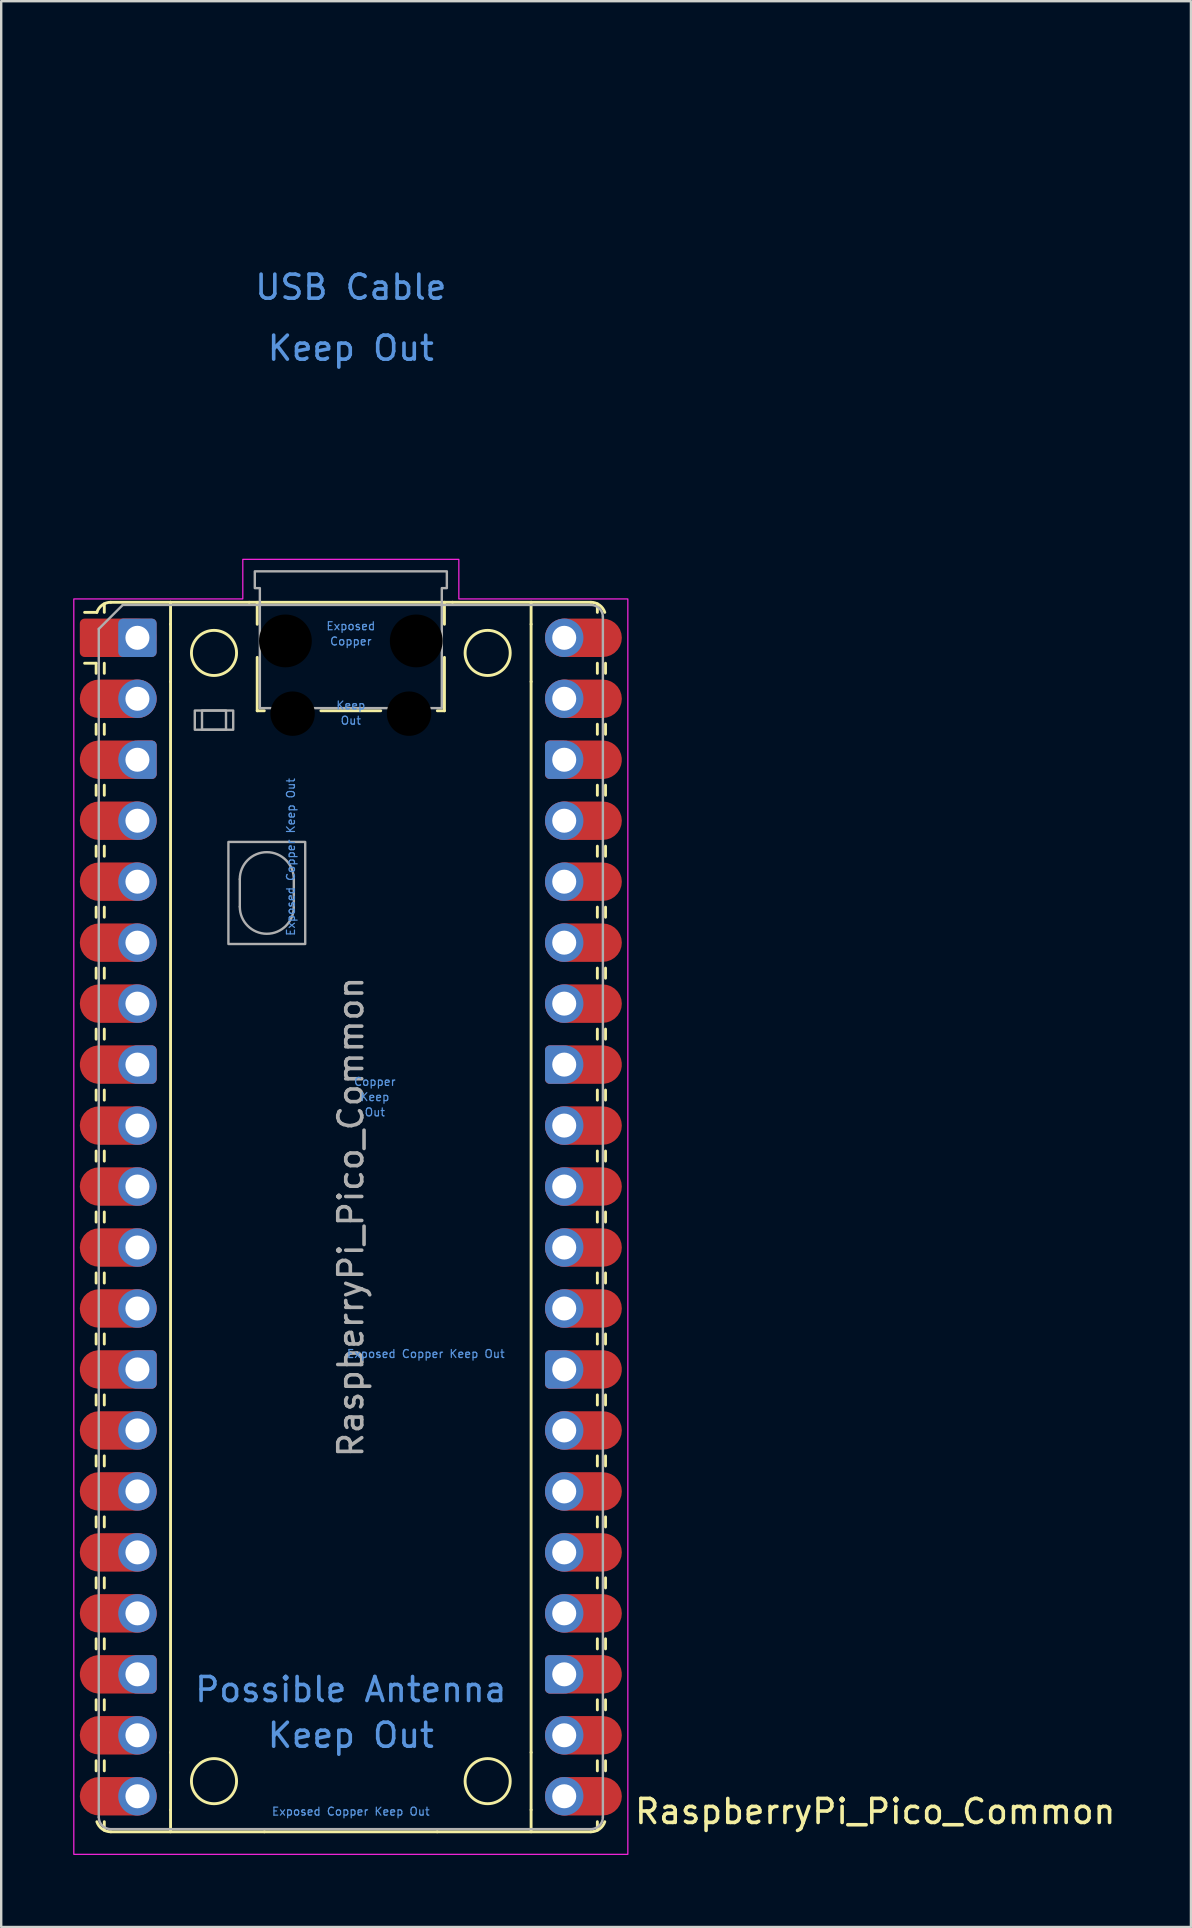
<source format=kicad_pcb>
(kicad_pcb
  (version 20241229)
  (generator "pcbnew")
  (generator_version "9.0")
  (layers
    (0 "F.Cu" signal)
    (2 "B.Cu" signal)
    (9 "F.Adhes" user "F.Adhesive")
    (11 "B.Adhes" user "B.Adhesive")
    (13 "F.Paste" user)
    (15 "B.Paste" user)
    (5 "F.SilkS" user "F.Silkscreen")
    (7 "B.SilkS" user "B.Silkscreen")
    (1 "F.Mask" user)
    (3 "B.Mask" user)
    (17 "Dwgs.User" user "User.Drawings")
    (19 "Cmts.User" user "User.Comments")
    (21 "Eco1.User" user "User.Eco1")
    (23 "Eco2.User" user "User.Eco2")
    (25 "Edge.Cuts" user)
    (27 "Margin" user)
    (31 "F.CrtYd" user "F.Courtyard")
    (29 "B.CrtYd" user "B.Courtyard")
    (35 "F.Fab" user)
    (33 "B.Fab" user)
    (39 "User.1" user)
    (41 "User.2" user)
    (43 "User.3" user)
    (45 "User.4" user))
  (footprint "RaspberryPi_Pico_Common"
    (layer "F.Cu")
    (at 11.565 47.65)
    (property "Reference" "RaspberryPi_Pico_Common" (at 11.748 24.765 0) (unlocked yes) (layer "F.SilkS") (effects (font (size 1 1) (thickness 0.15)) (justify left)))
    (attr through_hole)
    (fp_line (start -10.61 -23.07) (end -11.09 -23.07) (stroke (width 0.12) (type solid)) (layer "F.SilkS"))
    (fp_line (start -10.61 -23.07) (end -10.61 -22.65) (stroke (width 0.12) (type solid)) (layer "F.SilkS"))
    (fp_line (start -10.61 -20.53) (end -10.61 -20.11) (stroke (width 0.12) (type solid)) (layer "F.SilkS"))
    (fp_line (start -10.61 -17.99) (end -10.61 -17.57) (stroke (width 0.12) (type solid)) (layer "F.SilkS"))
    (fp_line (start -10.61 -15.45) (end -10.61 -15.03) (stroke (width 0.12) (type solid)) (layer "F.SilkS"))
    (fp_line (start -10.61 -12.91) (end -10.61 -12.49) (stroke (width 0.12) (type solid)) (layer "F.SilkS"))
    (fp_line (start -10.61 -10.37) (end -10.61 -9.95) (stroke (width 0.12) (type solid)) (layer "F.SilkS"))
    (fp_line (start -10.61 -7.83) (end -10.61 -7.41) (stroke (width 0.12) (type solid)) (layer "F.SilkS"))
    (fp_line (start -10.61 -5.29) (end -10.61 -4.87) (stroke (width 0.12) (type solid)) (layer "F.SilkS"))
    (fp_line (start -10.61 -2.75) (end -10.61 -2.33) (stroke (width 0.12) (type solid)) (layer "F.SilkS"))
    (fp_line (start -10.61 -0.21) (end -10.61 0.21) (stroke (width 0.12) (type solid)) (layer "F.SilkS"))
    (fp_line (start -10.61 2.33) (end -10.61 2.75) (stroke (width 0.12) (type solid)) (layer "F.SilkS"))
    (fp_line (start -10.61 4.87) (end -10.61 5.29) (stroke (width 0.12) (type solid)) (layer "F.SilkS"))
    (fp_line (start -10.61 7.41) (end -10.61 7.83) (stroke (width 0.12) (type solid)) (layer "F.SilkS"))
    (fp_line (start -10.61 9.95) (end -10.61 10.37) (stroke (width 0.12) (type solid)) (layer "F.SilkS"))
    (fp_line (start -10.61 12.49) (end -10.61 12.91) (stroke (width 0.12) (type solid)) (layer "F.SilkS"))
    (fp_line (start -10.61 15.03) (end -10.61 15.45) (stroke (width 0.12) (type solid)) (layer "F.SilkS"))
    (fp_line (start -10.61 17.57) (end -10.61 17.99) (stroke (width 0.12) (type solid)) (layer "F.SilkS"))
    (fp_line (start -10.61 20.11) (end -10.61 20.53) (stroke (width 0.12) (type solid)) (layer "F.SilkS"))
    (fp_line (start -10.61 22.65) (end -10.61 23.07) (stroke (width 0.12) (type solid)) (layer "F.SilkS"))
    (fp_line (start -10.58 -25.19) (end -11.09 -25.19) (stroke (width 0.12) (type solid)) (layer "F.SilkS"))
    (fp_line (start -10.27 -25.19) (end -10.27 -25.547) (stroke (width 0.12) (type solid)) (layer "F.SilkS"))
    (fp_line (start -10.27 -23.07) (end -10.27 -22.65) (stroke (width 0.12) (type solid)) (layer "F.SilkS"))
    (fp_line (start -10.27 -20.53) (end -10.27 -20.11) (stroke (width 0.12) (type solid)) (layer "F.SilkS"))
    (fp_line (start -10.27 -17.99) (end -10.27 -17.57) (stroke (width 0.12) (type solid)) (layer "F.SilkS"))
    (fp_line (start -10.27 -15.45) (end -10.27 -15.03) (stroke (width 0.12) (type solid)) (layer "F.SilkS"))
    (fp_line (start -10.27 -12.91) (end -10.27 -12.49) (stroke (width 0.12) (type solid)) (layer "F.SilkS"))
    (fp_line (start -10.27 -10.37) (end -10.27 -9.95) (stroke (width 0.12) (type solid)) (layer "F.SilkS"))
    (fp_line (start -10.27 -7.83) (end -10.27 -7.41) (stroke (width 0.12) (type solid)) (layer "F.SilkS"))
    (fp_line (start -10.27 -5.29) (end -10.27 -4.87) (stroke (width 0.12) (type solid)) (layer "F.SilkS"))
    (fp_line (start -10.27 -2.75) (end -10.27 -2.33) (stroke (width 0.12) (type solid)) (layer "F.SilkS"))
    (fp_line (start -10.27 -0.21) (end -10.27 0.21) (stroke (width 0.12) (type solid)) (layer "F.SilkS"))
    (fp_line (start -10.27 2.33) (end -10.27 2.75) (stroke (width 0.12) (type solid)) (layer "F.SilkS"))
    (fp_line (start -10.27 4.87) (end -10.27 5.29) (stroke (width 0.12) (type solid)) (layer "F.SilkS"))
    (fp_line (start -10.27 7.41) (end -10.27 7.83) (stroke (width 0.12) (type solid)) (layer "F.SilkS"))
    (fp_line (start -10.27 9.95) (end -10.27 10.37) (stroke (width 0.12) (type solid)) (layer "F.SilkS"))
    (fp_line (start -10.27 12.49) (end -10.27 12.91) (stroke (width 0.12) (type solid)) (layer "F.SilkS"))
    (fp_line (start -10.27 15.03) (end -10.27 15.45) (stroke (width 0.12) (type solid)) (layer "F.SilkS"))
    (fp_line (start -10.27 17.57) (end -10.27 17.99) (stroke (width 0.12) (type solid)) (layer "F.SilkS"))
    (fp_line (start -10.27 20.11) (end -10.27 20.53) (stroke (width 0.12) (type solid)) (layer "F.SilkS"))
    (fp_line (start -10.27 22.65) (end -10.27 23.07) (stroke (width 0.12) (type solid)) (layer "F.SilkS"))
    (fp_line (start -10.27 25.19) (end -10.27 25.547) (stroke (width 0.12) (type solid)) (layer "F.SilkS"))
    (fp_line (start -10 -25.61) (end -7.51 -25.61) (stroke (width 0.12) (type solid)) (layer "F.SilkS"))
    (fp_line (start -10 25.61) (end -3.6 25.61) (stroke (width 0.12) (type solid)) (layer "F.SilkS"))
    (fp_line (start -7.51 -25.61) (end -7.51 -24.696) (stroke (width 0.12) (type solid)) (layer "F.SilkS"))
    (fp_line (start -7.51 -25.61) (end -4.235 -25.61) (stroke (width 0.12) (type solid)) (layer "F.SilkS"))
    (fp_line (start -7.51 -24.696) (end -7.51 -22.304) (stroke (width 0.12) (type solid)) (layer "F.SilkS"))
    (fp_line (start -7.51 -22.304) (end -7.51 22.304) (stroke (width 0.12) (type solid)) (layer "F.SilkS"))
    (fp_line (start -7.51 22.304) (end -7.51 24.696) (stroke (width 0.12) (type solid)) (layer "F.SilkS"))
    (fp_line (start -7.51 24.696) (end -7.51 25.61) (stroke (width 0.12) (type solid)) (layer "F.SilkS"))
    (fp_line (start -4.235 -25.61) (end 4.235 -25.61) (stroke (width 0.12) (type solid)) (layer "F.SilkS"))
    (fp_line (start -3.9 -25.61) (end -3.9 -24.694) (stroke (width 0.12) (type solid)) (layer "F.SilkS"))
    (fp_line (start -3.9 -23.315) (end -3.9 -21.09) (stroke (width 0.12) (type solid)) (layer "F.SilkS"))
    (fp_line (start -3.9 -21.09) (end -3.604 -21.09) (stroke (width 0.12) (type solid)) (layer "F.SilkS"))
    (fp_line (start -1.246 -21.09) (end 1.246 -21.09) (stroke (width 0.12) (type solid)) (layer "F.SilkS"))
    (fp_line (start 3.6 25.61) (end -3.6 25.61) (stroke (width 0.12) (type solid)) (layer "F.SilkS"))
    (fp_line (start 3.6 25.61) (end 10 25.61) (stroke (width 0.12) (type solid)) (layer "F.SilkS"))
    (fp_line (start 3.604 -21.09) (end 3.9 -21.09) (stroke (width 0.12) (type solid)) (layer "F.SilkS"))
    (fp_line (start 3.9 -25.61) (end 3.9 -24.694) (stroke (width 0.12) (type solid)) (layer "F.SilkS"))
    (fp_line (start 3.9 -23.315) (end 3.9 -21.09) (stroke (width 0.12) (type solid)) (layer "F.SilkS"))
    (fp_line (start 4.235 -25.61) (end 7.51 -25.61) (stroke (width 0.12) (type solid)) (layer "F.SilkS"))
    (fp_line (start 7.51 -25.61) (end 7.51 -24.696) (stroke (width 0.12) (type solid)) (layer "F.SilkS"))
    (fp_line (start 7.51 -24.696) (end 7.51 -22.304) (stroke (width 0.12) (type solid)) (layer "F.SilkS"))
    (fp_line (start 7.51 -22.304) (end 7.51 22.304) (stroke (width 0.12) (type solid)) (layer "F.SilkS"))
    (fp_line (start 7.51 22.304) (end 7.51 24.696) (stroke (width 0.12) (type solid)) (layer "F.SilkS"))
    (fp_line (start 7.51 24.696) (end 7.51 25.61) (stroke (width 0.12) (type solid)) (layer "F.SilkS"))
    (fp_line (start 10 -25.61) (end 7.51 -25.61) (stroke (width 0.12) (type solid)) (layer "F.SilkS"))
    (fp_line (start 10.27 -25.19) (end 10.27 -25.547) (stroke (width 0.12) (type solid)) (layer "F.SilkS"))
    (fp_line (start 10.27 -23.07) (end 10.27 -22.65) (stroke (width 0.12) (type solid)) (layer "F.SilkS"))
    (fp_line (start 10.27 -20.53) (end 10.27 -20.11) (stroke (width 0.12) (type solid)) (layer "F.SilkS"))
    (fp_line (start 10.27 -17.99) (end 10.27 -17.57) (stroke (width 0.12) (type solid)) (layer "F.SilkS"))
    (fp_line (start 10.27 -15.45) (end 10.27 -15.03) (stroke (width 0.12) (type solid)) (layer "F.SilkS"))
    (fp_line (start 10.27 -12.91) (end 10.27 -12.49) (stroke (width 0.12) (type solid)) (layer "F.SilkS"))
    (fp_line (start 10.27 -10.37) (end 10.27 -9.95) (stroke (width 0.12) (type solid)) (layer "F.SilkS"))
    (fp_line (start 10.27 -7.83) (end 10.27 -7.41) (stroke (width 0.12) (type solid)) (layer "F.SilkS"))
    (fp_line (start 10.27 -5.29) (end 10.27 -4.87) (stroke (width 0.12) (type solid)) (layer "F.SilkS"))
    (fp_line (start 10.27 -2.75) (end 10.27 -2.33) (stroke (width 0.12) (type solid)) (layer "F.SilkS"))
    (fp_line (start 10.27 -0.21) (end 10.27 0.21) (stroke (width 0.12) (type solid)) (layer "F.SilkS"))
    (fp_line (start 10.27 2.33) (end 10.27 2.75) (stroke (width 0.12) (type solid)) (layer "F.SilkS"))
    (fp_line (start 10.27 4.87) (end 10.27 5.29) (stroke (width 0.12) (type solid)) (layer "F.SilkS"))
    (fp_line (start 10.27 7.41) (end 10.27 7.83) (stroke (width 0.12) (type solid)) (layer "F.SilkS"))
    (fp_line (start 10.27 9.95) (end 10.27 10.37) (stroke (width 0.12) (type solid)) (layer "F.SilkS"))
    (fp_line (start 10.27 12.49) (end 10.27 12.91) (stroke (width 0.12) (type solid)) (layer "F.SilkS"))
    (fp_line (start 10.27 15.03) (end 10.27 15.45) (stroke (width 0.12) (type solid)) (layer "F.SilkS"))
    (fp_line (start 10.27 17.57) (end 10.27 17.99) (stroke (width 0.12) (type solid)) (layer "F.SilkS"))
    (fp_line (start 10.27 20.11) (end 10.27 20.53) (stroke (width 0.12) (type solid)) (layer "F.SilkS"))
    (fp_line (start 10.27 22.65) (end 10.27 23.07) (stroke (width 0.12) (type solid)) (layer "F.SilkS"))
    (fp_line (start 10.27 25.19) (end 10.27 25.547) (stroke (width 0.12) (type solid)) (layer "F.SilkS"))
    (fp_line (start 10.61 -23.07) (end 10.61 -22.65) (stroke (width 0.12) (type solid)) (layer "F.SilkS"))
    (fp_line (start 10.61 -20.53) (end 10.61 -20.11) (stroke (width 0.12) (type solid)) (layer "F.SilkS"))
    (fp_line (start 10.61 -17.99) (end 10.61 -17.57) (stroke (width 0.12) (type solid)) (layer "F.SilkS"))
    (fp_line (start 10.61 -15.45) (end 10.61 -15.03) (stroke (width 0.12) (type solid)) (layer "F.SilkS"))
    (fp_line (start 10.61 -12.91) (end 10.61 -12.49) (stroke (width 0.12) (type solid)) (layer "F.SilkS"))
    (fp_line (start 10.61 -10.37) (end 10.61 -9.95) (stroke (width 0.12) (type solid)) (layer "F.SilkS"))
    (fp_line (start 10.61 -7.83) (end 10.61 -7.41) (stroke (width 0.12) (type solid)) (layer "F.SilkS"))
    (fp_line (start 10.61 -5.29) (end 10.61 -4.87) (stroke (width 0.12) (type solid)) (layer "F.SilkS"))
    (fp_line (start 10.61 -2.75) (end 10.61 -2.33) (stroke (width 0.12) (type solid)) (layer "F.SilkS"))
    (fp_line (start 10.61 -0.21) (end 10.61 0.21) (stroke (width 0.12) (type solid)) (layer "F.SilkS"))
    (fp_line (start 10.61 2.33) (end 10.61 2.75) (stroke (width 0.12) (type solid)) (layer "F.SilkS"))
    (fp_line (start 10.61 4.87) (end 10.61 5.29) (stroke (width 0.12) (type solid)) (layer "F.SilkS"))
    (fp_line (start 10.61 7.41) (end 10.61 7.83) (stroke (width 0.12) (type solid)) (layer "F.SilkS"))
    (fp_line (start 10.61 9.95) (end 10.61 10.37) (stroke (width 0.12) (type solid)) (layer "F.SilkS"))
    (fp_line (start 10.61 12.49) (end 10.61 12.91) (stroke (width 0.12) (type solid)) (layer "F.SilkS"))
    (fp_line (start 10.61 15.03) (end 10.61 15.45) (stroke (width 0.12) (type solid)) (layer "F.SilkS"))
    (fp_line (start 10.61 17.57) (end 10.61 17.99) (stroke (width 0.12) (type solid)) (layer "F.SilkS"))
    (fp_line (start 10.61 20.11) (end 10.61 20.53) (stroke (width 0.12) (type solid)) (layer "F.SilkS"))
    (fp_line (start 10.61 22.65) (end 10.61 23.07) (stroke (width 0.12) (type solid)) (layer "F.SilkS"))
    (fp_arc (start -10.579676 -25.19) (mid -10.357938 -25.493944) (end -10 -25.61) (stroke (width 0.12) (type solid)) (layer "F.SilkS"))
    (fp_arc (start -10 25.61) (mid -10.357937 25.493944) (end -10.579676 25.189937) (stroke (width 0.12) (type solid)) (layer "F.SilkS"))
    (fp_arc (start 10 -25.61) (mid 10.357937 -25.493944) (end 10.579676 -25.189937) (stroke (width 0.12) (type solid)) (layer "F.SilkS"))
    (fp_arc (start 10.579676 25.189937) (mid 10.357947 25.493958) (end 10 25.61) (stroke (width 0.12) (type solid)) (layer "F.SilkS"))
    (fp_circle (center -5.7 -23.5) (end -4.76 -23.5) (stroke (width 0.12) (type solid)) (fill no) (layer "F.SilkS"))
    (fp_circle (center -5.7 23.5) (end -4.76 23.5) (stroke (width 0.12) (type solid)) (fill no) (layer "F.SilkS"))
    (fp_circle (center 5.7 -23.5) (end 6.64 -23.5) (stroke (width 0.12) (type solid)) (fill no) (layer "F.SilkS"))
    (fp_circle (center 5.7 23.5) (end 6.64 23.5) (stroke (width 0.12) (type solid)) (fill no) (layer "F.SilkS"))
    (fp_poly (pts (xy -4.5 -27.4) (xy 4.5 -27.4) (xy 4.5 -25.75) (xy 11.54 -25.75) (xy 11.54 26.55) (xy -11.54 26.55) (xy -11.54 -25.75) (xy -4.5 -25.75)) (stroke (width 0.05) (type solid)) (fill no) (layer "F.CrtYd"))
    (fp_line (start -10.5 -24.5) (end -9.5 -25.5) (stroke (width 0.1) (type solid)) (layer "F.Fab"))
    (fp_line (start -10.5 25) (end -10.5 -24.5) (stroke (width 0.1) (type solid)) (layer "F.Fab"))
    (fp_line (start -9.5 -25.5) (end 10 -25.5) (stroke (width 0.1) (type solid)) (layer "F.Fab"))
    (fp_line (start -4.625 -14.075) (end -4.625 -12.925) (stroke (width 0.1) (type solid)) (layer "F.Fab"))
    (fp_line (start -2.375 -14.075) (end -2.375 -12.925) (stroke (width 0.1) (type solid)) (layer "F.Fab"))
    (fp_line (start 10 25.5) (end -10 25.5) (stroke (width 0.1) (type solid)) (layer "F.Fab"))
    (fp_line (start 10.5 -25) (end 10.5 25) (stroke (width 0.1) (type solid)) (layer "F.Fab"))
    (fp_rect (start -6.5 -21.1) (end -4.9 -20.3) (stroke (width 0.1) (type solid)) (fill no) (layer "F.Fab"))
    (fp_rect (start -6.2 -21.1) (end -5.2 -20.3) (stroke (width 0.1) (type solid)) (fill no) (layer "F.Fab"))
    (fp_rect (start -5.1 -15.625) (end -1.9 -11.375) (stroke (width 0.1) (type solid)) (fill no) (layer "F.Fab"))
    (fp_arc (start -10 25.5) (mid -10.353553 25.353553) (end -10.5 25) (stroke (width 0.1) (type solid)) (layer "F.Fab"))
    (fp_arc (start -4.625 -14.075) (mid -3.5 -15.2) (end -2.375 -14.075) (stroke (width 0.1) (type solid)) (layer "F.Fab"))
    (fp_arc (start -2.375 -12.925) (mid -3.5 -11.8) (end -4.625 -12.925) (stroke (width 0.1) (type solid)) (layer "F.Fab"))
    (fp_arc (start 10 -25.5) (mid 10.353553 -25.353553) (end 10.5 -25) (stroke (width 0.1) (type solid)) (layer "F.Fab"))
    (fp_arc (start 10.5 25) (mid 10.353553 25.353553) (end 10 25.5) (stroke (width 0.1) (type solid)) (layer "F.Fab"))
    (fp_poly (pts (xy 3.79 -21.2) (xy 3.79 -26.2) (xy 4 -26.2) (xy 4 -26.9) (xy -4 -26.9) (xy -4 -26.2) (xy -3.79 -26.2) (xy -3.79 -21.2)) (stroke (width 0.1) (type solid)) (fill no) (layer "F.Fab"))
    (fp_text user "Exposed Copper Keep Out" (at 0 24.765 0) (unlocked yes) (layer "Cmts.User") (effects (font (size 0.333 0.333) (thickness 0.05))))
    (fp_text user "Exposed Copper Keep Out" (at 3.124 5.7 0) (unlocked yes) (layer "Cmts.User") (effects (font (size 0.333 0.333) (thickness 0.05))))
    (fp_text user "Out" (at 1 -4.365 0) (unlocked yes) (layer "Cmts.User") (effects (font (size 0.333 0.333) (thickness 0.05))))
    (fp_text user "Keep Out" (at 0 -36.195 0) (unlocked yes) (layer "Cmts.User") (effects (font (size 1 1) (thickness 0.15))))
    (fp_text user "Copper" (at 0 -23.983 0) (unlocked yes) (layer "Cmts.User") (effects (font (size 0.333 0.333) (thickness 0.05))))
    (fp_text user "Keep Out" (at 0 21.59 0) (unlocked yes) (layer "Cmts.User") (effects (font (size 1 1) (thickness 0.15))))
    (fp_text user "Keep" (at 0 -21.317 0) (unlocked yes) (layer "Cmts.User") (effects (font (size 0.333 0.333) (thickness 0.05))))
    (fp_text user "Possible Antenna" (at 0 19.685 0) (unlocked yes) (layer "Cmts.User") (effects (font (size 1 1) (thickness 0.15))))
    (fp_text user "Keep" (at 1 -5 0) (unlocked yes) (layer "Cmts.User") (effects (font (size 0.333 0.333) (thickness 0.05))))
    (fp_text user "Exposed Copper Keep Out" (at -2.5 -15 90) (unlocked yes) (layer "Cmts.User") (effects (font (size 0.333 0.333) (thickness 0.05))))
    (fp_text user "Copper" (at 1 -5.635 0) (unlocked yes) (layer "Cmts.User") (effects (font (size 0.333 0.333) (thickness 0.05))))
    (fp_text user "Out" (at 0 -20.683 0) (unlocked yes) (layer "Cmts.User") (effects (font (size 0.333 0.333) (thickness 0.05))))
    (fp_text user "USB Cable" (at 0 -38.735 0) (unlocked yes) (layer "Cmts.User") (effects (font (size 1 1) (thickness 0.15))))
    (fp_text user "Exposed" (at 0 -24.617 0) (unlocked yes) (layer "Cmts.User") (effects (font (size 0.333 0.333) (thickness 0.05))))
    (fp_text user "${REFERENCE}" (at 0 0 90) (layer "F.Fab") (effects (font (size 1 1) (thickness 0.15))))
    (pad "" np_thru_hole circle (at -2.725 -24) (size 2.2 2.2) (drill 2.2) (layers "*.Mask"))
    (pad "" np_thru_hole circle (at -2.425 -20.97) (size 1.85 1.85) (drill 1.85) (layers "*.Mask"))
    (pad "" np_thru_hole circle (at 2.425 -20.97) (size 1.85 1.85) (drill 1.85) (layers "*.Mask"))
    (pad "" np_thru_hole circle (at 2.725 -24) (size 2.2 2.2) (drill 2.2) (layers "*.Mask"))
    (pad "1" thru_hole roundrect (at -8.89 -24.13) (size 1.6 1.6) (drill 1) (layers "*.Cu" "*.Mask") (roundrect_rratio 0.125))
    (pad "1" smd custom (at -8.89 -24.13) (size 1.6 1.6) (layers "F.Cu" "F.Mask") (options (anchor circle)) (primitives (gr_poly (pts (xy -2.4 0.6) (xy -2.4 -0.6) (xy -2.2 -0.8) (xy 0 -0.8) (xy 0 0.8) (xy -2.2 0.8)) (width 0) (fill yes)) (gr_circle (center -2.2 0.6) (end -2 0.6) (width 0) (fill yes)) (gr_circle (center -2.2 -0.6) (end -2 -0.6) (width 0) (fill yes))))
    (pad "2" thru_hole circle (at -8.89 -21.59) (size 1.6 1.6) (drill 1) (layers "*.Cu" "*.Mask"))
    (pad "2" smd roundrect (at -8.89 -21.59) (size 3.2 1.6) (drill (offset -0.8 0)) (layers "F.Cu" "F.Mask") (roundrect_rratio 0.5))
    (pad "3" smd custom (at -8.89 -19.05) (size 1.6 1.6) (layers "F.Cu" "F.Mask") (options (anchor circle)) (primitives (gr_poly (pts (xy 0.8 -0.6) (xy 0.8 0.6) (xy 0.6 0.8) (xy -1.6 0.8) (xy -1.6 -0.8) (xy 0.6 -0.8)) (width 0) (fill yes)) (gr_circle (center 0.6 0.6) (end 0.8 0.6) (width 0) (fill yes)) (gr_circle (center 0.6 -0.6) (end 0.8 -0.6) (width 0) (fill yes)) (gr_circle (center -1.6 0) (end -0.8 0) (width 0) (fill yes))))
    (pad "3" thru_hole custom (at -8.89 -19.05) (size 1.6 1.6) (drill 1) (layers "*.Cu" "*.Mask") (options (anchor circle)) (primitives (gr_poly (pts (xy 0.8 0.6) (xy 0.8 -0.6) (xy 0.6 -0.8) (xy 0 -0.8) (xy 0 0.8) (xy 0.6 0.8)) (width 0) (fill yes)) (gr_circle (center 0.6 0.6) (end 0.8 0.6) (width 0) (fill yes)) (gr_circle (center 0.6 -0.6) (end 0.8 -0.6) (width 0) (fill yes))))
    (pad "4" thru_hole circle (at -8.89 -16.51) (size 1.6 1.6) (drill 1) (layers "*.Cu" "*.Mask"))
    (pad "4" smd roundrect (at -8.89 -16.51) (size 3.2 1.6) (drill (offset -0.8 0)) (layers "F.Cu" "F.Mask") (roundrect_rratio 0.5))
    (pad "5" thru_hole circle (at -8.89 -13.97) (size 1.6 1.6) (drill 1) (layers "*.Cu" "*.Mask"))
    (pad "5" smd roundrect (at -8.89 -13.97) (size 3.2 1.6) (drill (offset -0.8 0)) (layers "F.Cu" "F.Mask") (roundrect_rratio 0.5))
    (pad "6" thru_hole circle (at -8.89 -11.43) (size 1.6 1.6) (drill 1) (layers "*.Cu" "*.Mask"))
    (pad "6" smd roundrect (at -8.89 -11.43) (size 3.2 1.6) (drill (offset -0.8 0)) (layers "F.Cu" "F.Mask") (roundrect_rratio 0.5))
    (pad "7" thru_hole circle (at -8.89 -8.89) (size 1.6 1.6) (drill 1) (layers "*.Cu" "*.Mask"))
    (pad "7" smd roundrect (at -8.89 -8.89) (size 3.2 1.6) (drill (offset -0.8 0)) (layers "F.Cu" "F.Mask") (roundrect_rratio 0.5))
    (pad "8" smd custom (at -8.89 -6.35) (size 1.6 1.6) (layers "F.Cu" "F.Mask") (options (anchor circle)) (primitives (gr_poly (pts (xy 0.8 -0.6) (xy 0.8 0.6) (xy 0.6 0.8) (xy -1.6 0.8) (xy -1.6 -0.8) (xy 0.6 -0.8)) (width 0) (fill yes)) (gr_circle (center 0.6 0.6) (end 0.8 0.6) (width 0) (fill yes)) (gr_circle (center 0.6 -0.6) (end 0.8 -0.6) (width 0) (fill yes)) (gr_circle (center -1.6 0) (end -0.8 0) (width 0) (fill yes))))
    (pad "8" thru_hole custom (at -8.89 -6.35) (size 1.6 1.6) (drill 1) (layers "*.Cu" "*.Mask") (options (anchor circle)) (primitives (gr_poly (pts (xy 0.8 0.6) (xy 0.8 -0.6) (xy 0.6 -0.8) (xy 0 -0.8) (xy 0 0.8) (xy 0.6 0.8)) (width 0) (fill yes)) (gr_circle (center 0.6 0.6) (end 0.8 0.6) (width 0) (fill yes)) (gr_circle (center 0.6 -0.6) (end 0.8 -0.6) (width 0) (fill yes))))
    (pad "9" thru_hole circle (at -8.89 -3.81) (size 1.6 1.6) (drill 1) (layers "*.Cu" "*.Mask"))
    (pad "9" smd roundrect (at -8.89 -3.81) (size 3.2 1.6) (drill (offset -0.8 0)) (layers "F.Cu" "F.Mask") (roundrect_rratio 0.5))
    (pad "10" thru_hole circle (at -8.89 -1.27) (size 1.6 1.6) (drill 1) (layers "*.Cu" "*.Mask"))
    (pad "10" smd roundrect (at -8.89 -1.27) (size 3.2 1.6) (drill (offset -0.8 0)) (layers "F.Cu" "F.Mask") (roundrect_rratio 0.5))
    (pad "11" thru_hole circle (at -8.89 1.27) (size 1.6 1.6) (drill 1) (layers "*.Cu" "*.Mask"))
    (pad "11" smd roundrect (at -8.89 1.27) (size 3.2 1.6) (drill (offset -0.8 0)) (layers "F.Cu" "F.Mask") (roundrect_rratio 0.5))
    (pad "12" thru_hole circle (at -8.89 3.81) (size 1.6 1.6) (drill 1) (layers "*.Cu" "*.Mask"))
    (pad "12" smd roundrect (at -8.89 3.81) (size 3.2 1.6) (drill (offset -0.8 0)) (layers "F.Cu" "F.Mask") (roundrect_rratio 0.5))
    (pad "13" smd custom (at -8.89 6.35) (size 1.6 1.6) (layers "F.Cu" "F.Mask") (options (anchor circle)) (primitives (gr_poly (pts (xy 0.8 -0.6) (xy 0.8 0.6) (xy 0.6 0.8) (xy -1.6 0.8) (xy -1.6 -0.8) (xy 0.6 -0.8)) (width 0) (fill yes)) (gr_circle (center 0.6 0.6) (end 0.8 0.6) (width 0) (fill yes)) (gr_circle (center 0.6 -0.6) (end 0.8 -0.6) (width 0) (fill yes)) (gr_circle (center -1.6 0) (end -0.8 0) (width 0) (fill yes))))
    (pad "13" thru_hole custom (at -8.89 6.35) (size 1.6 1.6) (drill 1) (layers "*.Cu" "*.Mask") (options (anchor circle)) (primitives (gr_poly (pts (xy 0.8 0.6) (xy 0.8 -0.6) (xy 0.6 -0.8) (xy 0 -0.8) (xy 0 0.8) (xy 0.6 0.8)) (width 0) (fill yes)) (gr_circle (center 0.6 0.6) (end 0.8 0.6) (width 0) (fill yes)) (gr_circle (center 0.6 -0.6) (end 0.8 -0.6) (width 0) (fill yes))))
    (pad "14" thru_hole circle (at -8.89 8.89) (size 1.6 1.6) (drill 1) (layers "*.Cu" "*.Mask"))
    (pad "14" smd roundrect (at -8.89 8.89) (size 3.2 1.6) (drill (offset -0.8 0)) (layers "F.Cu" "F.Mask") (roundrect_rratio 0.5))
    (pad "15" thru_hole circle (at -8.89 11.43) (size 1.6 1.6) (drill 1) (layers "*.Cu" "*.Mask"))
    (pad "15" smd roundrect (at -8.89 11.43) (size 3.2 1.6) (drill (offset -0.8 0)) (layers "F.Cu" "F.Mask") (roundrect_rratio 0.5))
    (pad "16" thru_hole circle (at -8.89 13.97) (size 1.6 1.6) (drill 1) (layers "*.Cu" "*.Mask"))
    (pad "16" smd roundrect (at -8.89 13.97) (size 3.2 1.6) (drill (offset -0.8 0)) (layers "F.Cu" "F.Mask") (roundrect_rratio 0.5))
    (pad "17" thru_hole circle (at -8.89 16.51) (size 1.6 1.6) (drill 1) (layers "*.Cu" "*.Mask"))
    (pad "17" smd roundrect (at -8.89 16.51) (size 3.2 1.6) (drill (offset -0.8 0)) (layers "F.Cu" "F.Mask") (roundrect_rratio 0.5))
    (pad "18" smd custom (at -8.89 19.05) (size 1.6 1.6) (layers "F.Cu" "F.Mask") (options (anchor circle)) (primitives (gr_poly (pts (xy 0.8 -0.6) (xy 0.8 0.6) (xy 0.6 0.8) (xy -1.6 0.8) (xy -1.6 -0.8) (xy 0.6 -0.8)) (width 0) (fill yes)) (gr_circle (center 0.6 0.6) (end 0.8 0.6) (width 0) (fill yes)) (gr_circle (center 0.6 -0.6) (end 0.8 -0.6) (width 0) (fill yes)) (gr_circle (center -1.6 0) (end -0.8 0) (width 0) (fill yes))))
    (pad "18" thru_hole custom (at -8.89 19.05) (size 1.6 1.6) (drill 1) (layers "*.Cu" "*.Mask") (options (anchor circle)) (primitives (gr_poly (pts (xy 0.8 0.6) (xy 0.8 -0.6) (xy 0.6 -0.8) (xy 0 -0.8) (xy 0 0.8) (xy 0.6 0.8)) (width 0) (fill yes)) (gr_circle (center 0.6 0.6) (end 0.8 0.6) (width 0) (fill yes)) (gr_circle (center 0.6 -0.6) (end 0.8 -0.6) (width 0) (fill yes))))
    (pad "19" thru_hole circle (at -8.89 21.59) (size 1.6 1.6) (drill 1) (layers "*.Cu" "*.Mask"))
    (pad "19" smd roundrect (at -8.89 21.59) (size 3.2 1.6) (drill (offset -0.8 0)) (layers "F.Cu" "F.Mask") (roundrect_rratio 0.5))
    (pad "20" thru_hole circle (at -8.89 24.13) (size 1.6 1.6) (drill 1) (layers "*.Cu" "*.Mask"))
    (pad "20" smd roundrect (at -8.89 24.13) (size 3.2 1.6) (drill (offset -0.8 0)) (layers "F.Cu" "F.Mask") (roundrect_rratio 0.5))
    (pad "21" thru_hole circle (at 8.89 24.13) (size 1.6 1.6) (drill 1) (layers "*.Cu" "*.Mask"))
    (pad "21" smd roundrect (at 8.89 24.13) (size 3.2 1.6) (drill (offset 0.8 0)) (layers "F.Cu" "F.Mask") (roundrect_rratio 0.5))
    (pad "22" thru_hole circle (at 8.89 21.59) (size 1.6 1.6) (drill 1) (layers "*.Cu" "*.Mask"))
    (pad "22" smd roundrect (at 8.89 21.59) (size 3.2 1.6) (drill (offset 0.8 0)) (layers "F.Cu" "F.Mask") (roundrect_rratio 0.5))
    (pad "23" smd custom (at 8.89 19.05) (size 1.6 1.6) (layers "F.Cu" "F.Mask") (options (anchor circle)) (primitives (gr_poly (pts (xy -0.8 -0.6) (xy -0.8 0.6) (xy -0.6 0.8) (xy 1.6 0.8) (xy 1.6 -0.8) (xy -0.6 -0.8)) (width 0) (fill yes)) (gr_circle (center -0.6 0.6) (end -0.4 0.6) (width 0) (fill yes)) (gr_circle (center -0.6 -0.6) (end -0.4 -0.6) (width 0) (fill yes)) (gr_circle (center 1.6 0) (end 2.4 0) (width 0) (fill yes))))
    (pad "23" thru_hole custom (at 8.89 19.05) (size 1.6 1.6) (drill 1) (layers "*.Cu" "*.Mask") (options (anchor circle)) (primitives (gr_poly (pts (xy -0.8 0.6) (xy -0.8 -0.6) (xy -0.6 -0.8) (xy 0 -0.8) (xy 0 0.8) (xy -0.6 0.8)) (width 0) (fill yes)) (gr_circle (center -0.6 0.6) (end -0.4 0.6) (width 0) (fill yes)) (gr_circle (center -0.6 -0.6) (end -0.4 -0.6) (width 0) (fill yes))))
    (pad "24" thru_hole circle (at 8.89 16.51) (size 1.6 1.6) (drill 1) (layers "*.Cu" "*.Mask"))
    (pad "24" smd roundrect (at 8.89 16.51) (size 3.2 1.6) (drill (offset 0.8 0)) (layers "F.Cu" "F.Mask") (roundrect_rratio 0.5))
    (pad "25" thru_hole circle (at 8.89 13.97) (size 1.6 1.6) (drill 1) (layers "*.Cu" "*.Mask"))
    (pad "25" smd roundrect (at 8.89 13.97) (size 3.2 1.6) (drill (offset 0.8 0)) (layers "F.Cu" "F.Mask") (roundrect_rratio 0.5))
    (pad "26" thru_hole circle (at 8.89 11.43) (size 1.6 1.6) (drill 1) (layers "*.Cu" "*.Mask"))
    (pad "26" smd roundrect (at 8.89 11.43) (size 3.2 1.6) (drill (offset 0.8 0)) (layers "F.Cu" "F.Mask") (roundrect_rratio 0.5))
    (pad "27" thru_hole circle (at 8.89 8.89) (size 1.6 1.6) (drill 1) (layers "*.Cu" "*.Mask"))
    (pad "27" smd roundrect (at 8.89 8.89) (size 3.2 1.6) (drill (offset 0.8 0)) (layers "F.Cu" "F.Mask") (roundrect_rratio 0.5))
    (pad "28" smd custom (at 8.89 6.35) (size 1.6 1.6) (layers "F.Cu" "F.Mask") (options (anchor circle)) (primitives (gr_poly (pts (xy -0.8 -0.6) (xy -0.8 0.6) (xy -0.6 0.8) (xy 1.6 0.8) (xy 1.6 -0.8) (xy -0.6 -0.8)) (width 0) (fill yes)) (gr_circle (center -0.6 0.6) (end -0.4 0.6) (width 0) (fill yes)) (gr_circle (center -0.6 -0.6) (end -0.4 -0.6) (width 0) (fill yes)) (gr_circle (center 1.6 0) (end 2.4 0) (width 0) (fill yes))))
    (pad "28" thru_hole custom (at 8.89 6.35) (size 1.6 1.6) (drill 1) (layers "*.Cu" "*.Mask") (options (anchor circle)) (primitives (gr_poly (pts (xy -0.8 0.6) (xy -0.8 -0.6) (xy -0.6 -0.8) (xy 0 -0.8) (xy 0 0.8) (xy -0.6 0.8)) (width 0) (fill yes)) (gr_circle (center -0.6 0.6) (end -0.4 0.6) (width 0) (fill yes)) (gr_circle (center -0.6 -0.6) (end -0.4 -0.6) (width 0) (fill yes))))
    (pad "29" thru_hole circle (at 8.89 3.81) (size 1.6 1.6) (drill 1) (layers "*.Cu" "*.Mask"))
    (pad "29" smd roundrect (at 8.89 3.81) (size 3.2 1.6) (drill (offset 0.8 0)) (layers "F.Cu" "F.Mask") (roundrect_rratio 0.5))
    (pad "30" thru_hole circle (at 8.89 1.27) (size 1.6 1.6) (drill 1) (layers "*.Cu" "*.Mask"))
    (pad "30" smd roundrect (at 8.89 1.27) (size 3.2 1.6) (drill (offset 0.8 0)) (layers "F.Cu" "F.Mask") (roundrect_rratio 0.5))
    (pad "31" thru_hole circle (at 8.89 -1.27) (size 1.6 1.6) (drill 1) (layers "*.Cu" "*.Mask"))
    (pad "31" smd roundrect (at 8.89 -1.27) (size 3.2 1.6) (drill (offset 0.8 0)) (layers "F.Cu" "F.Mask") (roundrect_rratio 0.5))
    (pad "32" thru_hole circle (at 8.89 -3.81) (size 1.6 1.6) (drill 1) (layers "*.Cu" "*.Mask"))
    (pad "32" smd roundrect (at 8.89 -3.81) (size 3.2 1.6) (drill (offset 0.8 0)) (layers "F.Cu" "F.Mask") (roundrect_rratio 0.5))
    (pad "33" smd custom (at 8.89 -6.35) (size 1.6 1.6) (layers "F.Cu" "F.Mask") (options (anchor circle)) (primitives (gr_poly (pts (xy -0.8 -0.6) (xy -0.8 0.6) (xy -0.6 0.8) (xy 1.6 0.8) (xy 1.6 -0.8) (xy -0.6 -0.8)) (width 0) (fill yes)) (gr_circle (center -0.6 0.6) (end -0.4 0.6) (width 0) (fill yes)) (gr_circle (center -0.6 -0.6) (end -0.4 -0.6) (width 0) (fill yes)) (gr_circle (center 1.6 0) (end 2.4 0) (width 0) (fill yes))))
    (pad "33" thru_hole custom (at 8.89 -6.35) (size 1.6 1.6) (drill 1) (layers "*.Cu" "*.Mask") (options (anchor circle)) (primitives (gr_poly (pts (xy -0.8 0.6) (xy -0.8 -0.6) (xy -0.6 -0.8) (xy 0 -0.8) (xy 0 0.8) (xy -0.6 0.8)) (width 0) (fill yes)) (gr_circle (center -0.6 0.6) (end -0.4 0.6) (width 0) (fill yes)) (gr_circle (center -0.6 -0.6) (end -0.4 -0.6) (width 0) (fill yes))))
    (pad "34" thru_hole circle (at 8.89 -8.89) (size 1.6 1.6) (drill 1) (layers "*.Cu" "*.Mask"))
    (pad "34" smd roundrect (at 8.89 -8.89) (size 3.2 1.6) (drill (offset 0.8 0)) (layers "F.Cu" "F.Mask") (roundrect_rratio 0.5))
    (pad "35" thru_hole circle (at 8.89 -11.43) (size 1.6 1.6) (drill 1) (layers "*.Cu" "*.Mask"))
    (pad "35" smd roundrect (at 8.89 -11.43) (size 3.2 1.6) (drill (offset 0.8 0)) (layers "F.Cu" "F.Mask") (roundrect_rratio 0.5))
    (pad "36" thru_hole circle (at 8.89 -13.97) (size 1.6 1.6) (drill 1) (layers "*.Cu" "*.Mask"))
    (pad "36" smd roundrect (at 8.89 -13.97) (size 3.2 1.6) (drill (offset 0.8 0)) (layers "F.Cu" "F.Mask") (roundrect_rratio 0.5))
    (pad "37" thru_hole circle (at 8.89 -16.51) (size 1.6 1.6) (drill 1) (layers "*.Cu" "*.Mask"))
    (pad "37" smd roundrect (at 8.89 -16.51) (size 3.2 1.6) (drill (offset 0.8 0)) (layers "F.Cu" "F.Mask") (roundrect_rratio 0.5))
    (pad "38" smd custom (at 8.89 -19.05) (size 1.6 1.6) (layers "F.Cu" "F.Mask") (options (anchor circle)) (primitives (gr_poly (pts (xy -0.8 -0.6) (xy -0.8 0.6) (xy -0.6 0.8) (xy 1.6 0.8) (xy 1.6 -0.8) (xy -0.6 -0.8)) (width 0) (fill yes)) (gr_circle (center -0.6 0.6) (end -0.4 0.6) (width 0) (fill yes)) (gr_circle (center -0.6 -0.6) (end -0.4 -0.6) (width 0) (fill yes)) (gr_circle (center 1.6 0) (end 2.4 0) (width 0) (fill yes))))
    (pad "38" thru_hole custom (at 8.89 -19.05) (size 1.6 1.6) (drill 1) (layers "*.Cu" "*.Mask") (options (anchor circle)) (primitives (gr_poly (pts (xy -0.8 0.6) (xy -0.8 -0.6) (xy -0.6 -0.8) (xy 0 -0.8) (xy 0 0.8) (xy -0.6 0.8)) (width 0) (fill yes)) (gr_circle (center -0.6 0.6) (end -0.4 0.6) (width 0) (fill yes)) (gr_circle (center -0.6 -0.6) (end -0.4 -0.6) (width 0) (fill yes))))
    (pad "39" thru_hole circle (at 8.89 -21.59) (size 1.6 1.6) (drill 1) (layers "*.Cu" "*.Mask"))
    (pad "39" smd roundrect (at 8.89 -21.59) (size 3.2 1.6) (drill (offset 0.8 0)) (layers "F.Cu" "F.Mask") (roundrect_rratio 0.5))
    (pad "40" thru_hole circle (at 8.89 -24.13) (size 1.6 1.6) (drill 1) (layers "*.Cu" "*.Mask"))
    (pad "40" smd roundrect (at 8.89 -24.13) (size 3.2 1.6) (drill (offset 0.8 0)) (layers "F.Cu" "F.Mask") (roundrect_rratio 0.5))
    (zone (net_name "") (layers "F.Cu" "B.Cu" "F.Paste" "B.Paste") (name "Antenna Copper Keep Out") (hatch full 0.5) (connect_pads) (min_thickness 0.254) (filled_areas_thickness no) (keepout (tracks not_allowed) (vias not_allowed) (pads not_allowed) (copperpour not_allowed) (footprints allowed)) (placement (enabled no)) (fill) (polygon (pts (xy 9.165 72.64) (xy 4.465 68.99) (xy 4.465 64.65) (xy 18.665 64.65) (xy 18.665 68.99) (xy 13.965 72.64) (xy 13.965 73.65) (xy 9.165 73.65))))
    (zone (net_name "") (layers "F.Cu" "F.Paste") (name "Pad Keep Out D1-W") (hatch full 0.5) (connect_pads) (min_thickness 0.25) (filled_areas_thickness no) (keepout (tracks not_allowed) (vias not_allowed) (pads not_allowed) (copperpour not_allowed) (footprints allowed)) (placement (enabled no)) (fill) (polygon (pts (xy 11.194 52.45) (xy 11.249 52.395) (xy 11.322 52.365) (xy 11.362 52.363) (xy 12.149 52.363) (xy 12.149 54.337) (xy 11.362 54.337) (xy 11.322 54.335) (xy 11.249 54.305) (xy 11.194 54.25) (xy 11.164 54.177) (xy 11.162 54.137) (xy 11.162 52.563) (xy 11.164 52.523))))
    (zone (net_name "") (layers "F.Cu" "F.Paste") (name "Pad Keep Out D1-W") (hatch full 0.5) (connect_pads) (min_thickness 0.25) (filled_areas_thickness no) (keepout (tracks not_allowed) (vias not_allowed) (pads not_allowed) (copperpour not_allowed) (footprints allowed)) (placement (enabled no)) (fill) (polygon (pts (xy 12.937 54.337) (xy 12.149 54.337) (xy 12.149 52.363) (xy 12.937 52.363) (xy 12.976 52.365) (xy 13.049 52.395) (xy 13.104 52.45) (xy 13.135 52.523) (xy 13.136 52.563) (xy 13.136 54.137) (xy 13.135 54.177) (xy 13.104 54.25) (xy 13.049 54.305) (xy 12.976 54.335))))
    (zone (net_name "") (layers "F.Cu" "F.Paste") (name "Pad Keep Out TP4") (hatch full 0.5) (connect_pads) (min_thickness 0.25) (filled_areas_thickness no) (keepout (tracks not_allowed) (vias not_allowed) (pads not_allowed) (copperpour not_allowed) (footprints allowed)) (placement (enabled no)) (fill) (polygon (pts (xy 8.549 31.098) (xy 8.423 31.064) (xy 8.309 30.998) (xy 8.217 30.906) (xy 8.151 30.792) (xy 8.117 30.666) (xy 8.115 30.6) (xy 8.115 30.15) (xy 10.015 30.15) (xy 10.015 30.6) (xy 10.013 30.666) (xy 9.979 30.792) (xy 9.913 30.906) (xy 9.821 30.998) (xy 9.707 31.064) (xy 9.581 31.098) (xy 9.515 31.1) (xy 8.615 31.1))))
    (zone (net_name "") (layers "F.Cu" "F.Paste") (name "Pad Keep Out TP5") (hatch full 0.5) (connect_pads) (min_thickness 0.25) (filled_areas_thickness no) (keepout (tracks not_allowed) (vias not_allowed) (pads not_allowed) (copperpour not_allowed) (footprints allowed)) (placement (enabled no)) (fill) (polygon (pts (xy 8.549 33.598) (xy 8.423 33.564) (xy 8.309 33.498) (xy 8.217 33.406) (xy 8.151 33.292) (xy 8.117 33.166) (xy 8.115 33.1) (xy 8.115 32.65) (xy 10.015 32.65) (xy 10.015 33.1) (xy 10.013 33.166) (xy 9.979 33.292) (xy 9.913 33.406) (xy 9.821 33.498) (xy 9.707 33.564) (xy 9.581 33.598) (xy 9.515 33.6) (xy 8.615 33.6))))
    (zone (net_name "") (layers "F.Cu" "F.Paste") (name "Pad Keep Out TP6") (hatch full 0.5) (connect_pads) (min_thickness 0.25) (filled_areas_thickness no) (keepout (tracks not_allowed) (vias not_allowed) (pads not_allowed) (copperpour not_allowed) (footprints allowed)) (placement (enabled no)) (fill) (polygon (pts (xy 8.549 36.098) (xy 8.423 36.064) (xy 8.309 35.998) (xy 8.217 35.906) (xy 8.151 35.792) (xy 8.117 35.666) (xy 8.115 35.6) (xy 8.115 35.15) (xy 10.015 35.15) (xy 10.015 35.6) (xy 10.013 35.666) (xy 9.979 35.792) (xy 9.913 35.906) (xy 9.821 35.998) (xy 9.707 36.064) (xy 9.581 36.098) (xy 9.515 36.1) (xy 8.615 36.1))))
    (zone (net_name "") (layers "F.Cu" "F.Paste") (name "Pad Keep Out TP3") (hatch full 0.5) (connect_pads) (min_thickness 0.25) (filled_areas_thickness no) (keepout (tracks not_allowed) (vias not_allowed) (pads not_allowed) (copperpour not_allowed) (footprints allowed)) (placement (enabled no)) (fill) (polygon (pts (xy 9.617 22.834) (xy 9.651 22.708) (xy 9.717 22.594) (xy 9.809 22.502) (xy 9.923 22.436) (xy 10.049 22.402) (xy 10.115 22.4) (xy 10.565 22.4) (xy 10.565 24.3) (xy 10.115 24.3) (xy 10.049 24.298) (xy 9.923 24.264) (xy 9.809 24.198) (xy 9.717 24.106) (xy 9.651 23.992) (xy 9.617 23.866) (xy 9.615 23.8) (xy 9.615 22.9))))
    (zone (net_name "") (layers "F.Cu" "F.Paste") (name "Pad Keep Out TP4") (hatch full 0.5) (connect_pads) (min_thickness 0.25) (filled_areas_thickness no) (keepout (tracks not_allowed) (vias not_allowed) (pads not_allowed) (copperpour not_allowed) (footprints allowed)) (placement (enabled no)) (fill) (polygon (pts (xy 10.015 30.15) (xy 10.015 29.7) (xy 10.013 29.634) (xy 9.979 29.508) (xy 9.913 29.394) (xy 9.821 29.302) (xy 9.707 29.236) (xy 9.581 29.202) (xy 9.515 29.2) (xy 8.615 29.2) (xy 8.549 29.202) (xy 8.423 29.236) (xy 8.309 29.302) (xy 8.217 29.394) (xy 8.151 29.508) (xy 8.117 29.634) (xy 8.115 29.7) (xy 8.115 30.15))))
    (zone (net_name "") (layers "F.Cu" "F.Paste") (name "Pad Keep Out TP5") (hatch full 0.5) (connect_pads) (min_thickness 0.25) (filled_areas_thickness no) (keepout (tracks not_allowed) (vias not_allowed) (pads not_allowed) (copperpour not_allowed) (footprints allowed)) (placement (enabled no)) (fill) (polygon (pts (xy 10.015 32.65) (xy 10.015 32.2) (xy 10.013 32.134) (xy 9.979 32.008) (xy 9.913 31.894) (xy 9.821 31.802) (xy 9.707 31.736) (xy 9.581 31.702) (xy 9.515 31.7) (xy 8.615 31.7) (xy 8.549 31.702) (xy 8.423 31.736) (xy 8.309 31.802) (xy 8.217 31.894) (xy 8.151 32.008) (xy 8.117 32.134) (xy 8.115 32.2) (xy 8.115 32.65))))
    (zone (net_name "") (layers "F.Cu" "F.Paste") (name "Pad Keep Out TP6") (hatch full 0.5) (connect_pads) (min_thickness 0.25) (filled_areas_thickness no) (keepout (tracks not_allowed) (vias not_allowed) (pads not_allowed) (copperpour not_allowed) (footprints allowed)) (placement (enabled no)) (fill) (polygon (pts (xy 10.015 35.15) (xy 10.015 34.7) (xy 10.013 34.634) (xy 9.979 34.508) (xy 9.913 34.394) (xy 9.821 34.302) (xy 9.707 34.236) (xy 9.581 34.202) (xy 9.515 34.2) (xy 8.615 34.2) (xy 8.549 34.202) (xy 8.423 34.236) (xy 8.309 34.302) (xy 8.217 34.394) (xy 8.151 34.508) (xy 8.117 34.634) (xy 8.115 34.7) (xy 8.115 35.15))))
    (zone (net_name "") (layers "F.Cu" "F.Paste") (name "Pad Keep Out TP3") (hatch full 0.5) (connect_pads) (min_thickness 0.25) (filled_areas_thickness no) (keepout (tracks not_allowed) (vias not_allowed) (pads not_allowed) (copperpour not_allowed) (footprints allowed)) (placement (enabled no)) (fill) (polygon (pts (xy 10.565 24.3) (xy 11.015 24.3) (xy 11.081 24.298) (xy 11.207 24.264) (xy 11.321 24.198) (xy 11.413 24.106) (xy 11.479 23.992) (xy 11.513 23.866) (xy 11.515 23.8) (xy 11.515 22.9) (xy 11.513 22.834) (xy 11.479 22.708) (xy 11.413 22.594) (xy 11.321 22.502) (xy 11.207 22.436) (xy 11.081 22.402) (xy 11.015 22.4) (xy 10.565 22.4))))
    (zone (net_name "") (layers "F.Cu" "F.Paste") (name "Pad Keep Out TP1") (hatch full 0.5) (connect_pads) (min_thickness 0.25) (filled_areas_thickness no) (keepout (tracks not_allowed) (vias not_allowed) (pads not_allowed) (copperpour not_allowed) (footprints allowed)) (placement (enabled no)) (fill) (polygon (pts (xy 10.617 26.134) (xy 10.651 26.008) (xy 10.717 25.894) (xy 10.809 25.802) (xy 10.923 25.736) (xy 11.049 25.702) (xy 11.115 25.7) (xy 11.565 25.7) (xy 11.565 27.6) (xy 11.115 27.6) (xy 11.049 27.598) (xy 10.923 27.564) (xy 10.809 27.498) (xy 10.717 27.406) (xy 10.651 27.292) (xy 10.617 27.166) (xy 10.615 27.1) (xy 10.615 26.2))))
    (zone (net_name "") (layers "F.Cu" "F.Paste") (name "Pad Keep Out TP1") (hatch full 0.5) (connect_pads) (min_thickness 0.25) (filled_areas_thickness no) (keepout (tracks not_allowed) (vias not_allowed) (pads not_allowed) (copperpour not_allowed) (footprints allowed)) (placement (enabled no)) (fill) (polygon (pts (xy 11.565 27.6) (xy 12.015 27.6) (xy 12.081 27.598) (xy 12.207 27.564) (xy 12.321 27.498) (xy 12.413 27.406) (xy 12.479 27.292) (xy 12.513 27.166) (xy 12.515 27.1) (xy 12.515 26.2) (xy 12.513 26.134) (xy 12.479 26.008) (xy 12.413 25.894) (xy 12.321 25.802) (xy 12.207 25.736) (xy 12.081 25.702) (xy 12.015 25.7) (xy 11.565 25.7))))
    (zone (net_name "") (layers "F.Cu" "F.Paste") (name "Pad Keep Out TP2") (hatch full 0.5) (connect_pads) (min_thickness 0.25) (filled_areas_thickness no) (keepout (tracks not_allowed) (vias not_allowed) (pads not_allowed) (copperpour not_allowed) (footprints allowed)) (placement (enabled no)) (fill) (polygon (pts (xy 11.617 22.849) (xy 11.651 22.723) (xy 11.717 22.609) (xy 11.809 22.517) (xy 11.923 22.451) (xy 12.049 22.417) (xy 12.115 22.415) (xy 12.565 22.415) (xy 12.565 24.315) (xy 12.115 24.315) (xy 12.049 24.313) (xy 11.923 24.279) (xy 11.809 24.213) (xy 11.717 24.121) (xy 11.651 24.007) (xy 11.617 23.881) (xy 11.615 23.815) (xy 11.615 22.915))))
    (zone (net_name "") (layers "F.Cu" "F.Paste") (name "Pad Keep Out TP7") (hatch full 0.5) (connect_pads) (min_thickness 0.25) (filled_areas_thickness no) (keepout (tracks not_allowed) (vias not_allowed) (pads not_allowed) (copperpour not_allowed) (footprints allowed)) (placement (enabled no)) (fill) (polygon (pts (xy 11.617 42.134) (xy 11.651 42.008) (xy 11.717 41.894) (xy 11.809 41.802) (xy 11.923 41.736) (xy 12.049 41.702) (xy 12.115 41.7) (xy 12.565 41.7) (xy 12.565 43.6) (xy 12.115 43.6) (xy 12.049 43.598) (xy 11.923 43.564) (xy 11.809 43.498) (xy 11.717 43.406) (xy 11.651 43.292) (xy 11.617 43.166) (xy 11.615 43.1) (xy 11.615 42.2))))
    (zone (net_name "") (layers "F.Cu" "F.Paste") (name "Pad Keep Out TP2") (hatch full 0.5) (connect_pads) (min_thickness 0.25) (filled_areas_thickness no) (keepout (tracks not_allowed) (vias not_allowed) (pads not_allowed) (copperpour not_allowed) (footprints allowed)) (placement (enabled no)) (fill) (polygon (pts (xy 12.565 24.315) (xy 13.015 24.315) (xy 13.081 24.313) (xy 13.207 24.279) (xy 13.321 24.213) (xy 13.413 24.121) (xy 13.479 24.007) (xy 13.513 23.881) (xy 13.515 23.815) (xy 13.515 22.915) (xy 13.513 22.849) (xy 13.479 22.723) (xy 13.413 22.609) (xy 13.321 22.517) (xy 13.207 22.451) (xy 13.081 22.417) (xy 13.015 22.415) (xy 12.565 22.415))))
    (zone (net_name "") (layers "F.Cu" "F.Paste") (name "Pad Keep Out TP7") (hatch full 0.5) (connect_pads) (min_thickness 0.25) (filled_areas_thickness no) (keepout (tracks not_allowed) (vias not_allowed) (pads not_allowed) (copperpour not_allowed) (footprints allowed)) (placement (enabled no)) (fill) (polygon (pts (xy 12.565 43.6) (xy 13.015 43.6) (xy 13.081 43.598) (xy 13.207 43.564) (xy 13.321 43.498) (xy 13.413 43.406) (xy 13.479 43.292) (xy 13.513 43.166) (xy 13.515 43.1) (xy 13.515 42.2) (xy 13.513 42.134) (xy 13.479 42.008) (xy 13.413 41.894) (xy 13.321 41.802) (xy 13.207 41.736) (xy 13.081 41.702) (xy 13.015 41.7) (xy 12.565 41.7))))
    (zone (net_name "") (layers "F.Cu" "F.Paste") (name "Pad Keep Out D2") (hatch full 0.5) (connect_pads) (min_thickness 0.25) (filled_areas_thickness no) (keepout (tracks not_allowed) (vias not_allowed) (pads not_allowed) (copperpour not_allowed) (footprints allowed)) (placement (enabled no)) (fill) (polygon (pts (xy 10.965 70.55) (xy 11.565 70.55) (arc (start 11.565 74.15) (mid 10.857893 73.857107) (end 10.565 73.15)) (xy 10.565 70.95) (xy 10.567 70.887) (xy 10.606 70.767) (xy 10.68 70.665) (xy 10.782 70.591) (xy 10.902 70.552))))
    (zone (net_name "") (layers "F.Cu" "F.Paste") (name "Pad Keep Out D2") (hatch full 0.5) (connect_pads) (min_thickness 0.25) (filled_areas_thickness no) (keepout (tracks not_allowed) (vias not_allowed) (pads not_allowed) (copperpour not_allowed) (footprints allowed)) (placement (enabled no)) (fill) (polygon (pts (xy 12.165 70.55) (xy 12.228 70.552) (xy 12.348 70.591) (xy 12.45 70.665) (xy 12.524 70.767) (xy 12.563 70.887) (xy 12.565 70.95) (arc (start 12.565 73.15) (mid 12.272107 73.857107) (end 11.565 74.15)) (xy 11.565 70.55))))
    (zone (net_name "") (layers "F.Cu" "F.Paste") (name "Pad Keep Out D2-W") (hatch full 0.508) (connect_pads) (min_thickness 0.254) (filled_areas_thickness no) (keepout (tracks not_allowed) (vias not_allowed) (pads not_allowed) (copperpour not_allowed) (footprints allowed)) (placement (enabled no)) (fill) (polygon (pts (xy 15.681 53.35) (xy 15.662 53.157) (xy 15.606 52.972) (xy 15.516 52.801) (xy 15.393 52.651) (xy 15.244 52.527) (xy 15.074 52.435) (xy 14.889 52.378) (xy 14.696 52.358) (xy 14.503 52.375) (xy 14.317 52.43) (xy 14.146 52.52) (xy 13.995 52.641) (xy 13.87 52.789) (xy 13.777 52.959) (xy 13.719 53.144) (xy 13.697 53.336) (xy 13.713 53.529) (xy 13.767 53.715) (xy 13.855 53.887) (xy 13.975 54.039) (xy 14.123 54.165) (xy 14.292 54.259) (xy 14.476 54.319) (xy 14.668 54.342) (xy 14.861 54.327) (xy 15.048 54.275) (xy 15.221 54.188) (xy 15.373 54.069) (xy 15.5 53.922) (xy 15.595 53.754) (xy 15.657 53.57) (xy 15.681 53.378))))
    (zone (net_name "") (layers "F.Cu" "F.Paste") (name "Pad Keep Out D3-W") (hatch full 0.508) (connect_pads) (min_thickness 0.254) (filled_areas_thickness no) (keepout (tracks not_allowed) (vias not_allowed) (pads not_allowed) (copperpour not_allowed) (footprints allowed)) (placement (enabled no)) (fill) (polygon (pts (xy 18.221 53.35) (xy 18.202 53.157) (xy 18.146 52.972) (xy 18.056 52.801) (xy 17.933 52.651) (xy 17.784 52.527) (xy 17.614 52.435) (xy 17.429 52.378) (xy 17.236 52.358) (xy 17.043 52.375) (xy 16.857 52.43) (xy 16.686 52.52) (xy 16.535 52.641) (xy 16.41 52.789) (xy 16.317 52.959) (xy 16.259 53.144) (xy 16.237 53.336) (xy 16.253 53.529) (xy 16.307 53.715) (xy 16.395 53.887) (xy 16.515 54.039) (xy 16.663 54.165) (xy 16.832 54.259) (xy 17.016 54.319) (xy 17.208 54.342) (xy 17.401 54.327) (xy 17.588 54.275) (xy 17.761 54.188) (xy 17.913 54.069) (xy 18.04 53.922) (xy 18.136 53.754) (xy 18.197 53.57) (xy 18.221 53.378))))
    (zone (net_name "") (layers "F.Cu" "F.Paste") (name "Pad Keep Out D1") (hatch full 0.5) (connect_pads) (min_thickness 0.25) (filled_areas_thickness no) (keepout (tracks not_allowed) (vias not_allowed) (pads not_allowed) (copperpour not_allowed) (footprints allowed)) (placement (enabled no)) (fill) (polygon (pts (arc (start 8.025 73.15) (mid 8.317893 73.857107) (end 9.025 74.15)) (arc (start 9.025 70.55) (mid 8.317893 70.842893) (end 8.025 71.55)))))
    (zone (net_name "") (layers "F.Cu" "F.Paste") (name "Pad Keep Out D1") (hatch full 0.5) (connect_pads) (min_thickness 0.25) (filled_areas_thickness no) (keepout (tracks not_allowed) (vias not_allowed) (pads not_allowed) (copperpour not_allowed) (footprints allowed)) (placement (enabled no)) (fill) (polygon (pts (arc (start 9.025 74.15) (mid 9.732107 73.857107) (end 10.025 73.15)) (arc (start 10.025 71.55) (mid 9.732107 70.842893) (end 9.025 70.55)))))
    (zone (net_name "") (layers "F.Cu" "F.Paste") (name "Pad Keep Out D3") (hatch full 0.5) (connect_pads) (min_thickness 0.25) (filled_areas_thickness no) (keepout (tracks not_allowed) (vias not_allowed) (pads not_allowed) (copperpour not_allowed) (footprints allowed)) (placement (enabled no)) (fill) (polygon (pts (arc (start 13.105141 73.149925) (mid 13.398034 73.857032) (end 14.105141 74.149925)) (arc (start 14.105141 70.549925) (mid 13.398034 70.842818) (end 13.105141 71.549925)))))
    (zone (net_name "") (layers "F.Cu" "F.Paste") (name "Pad Keep Out D3") (hatch full 0.5) (connect_pads) (min_thickness 0.25) (filled_areas_thickness no) (keepout (tracks not_allowed) (vias not_allowed) (pads not_allowed) (copperpour not_allowed) (footprints allowed)) (placement (enabled no)) (fill) (polygon (pts (arc (start 14.105141 74.149925) (mid 14.812248 73.857032) (end 15.105141 73.149925)) (arc (start 15.105141 71.549925) (mid 14.812248 70.842818) (end 14.105141 70.549925)))))
    (zone (net_name "") (layer "Edge.Cuts") (name "Board Keep Out USB Cable") (hatch edge 0.5) (connect_pads) (min_thickness 0.254) (filled_areas_thickness no) (keepout (tracks allowed) (vias allowed) (pads allowed) (copperpour allowed) (footprints allowed)) (placement (enabled no)) (fill) (polygon (pts (xy 5.365 0) (xy 17.765 0) (xy 17.765 20.4) (xy 5.365 20.4))))
    (zone (net_name "") (layer "F.CrtYd") (name "USB Cable Keep Out") (hatch full 0.5) (connect_pads) (min_thickness 0.254) (filled_areas_thickness no) (keepout (tracks allowed) (vias allowed) (pads allowed) (copperpour allowed) (footprints not_allowed)) (placement (enabled no)) (fill) (polygon (pts (xy 5.815 19.95) (xy 7.625 19.95) (xy 7.625 20.25) (xy 15.505 20.25) (xy 15.505 19.95) (xy 17.315 19.95) (xy 17.315 0.45) (xy 5.815 0.45)))))
  (gr_rect
    (start -3 -3)
    (end 46.563 77.225)
    (stroke (width 0.1) (type default))
    (fill no)
    (layer "Edge.Cuts")))
</source>
